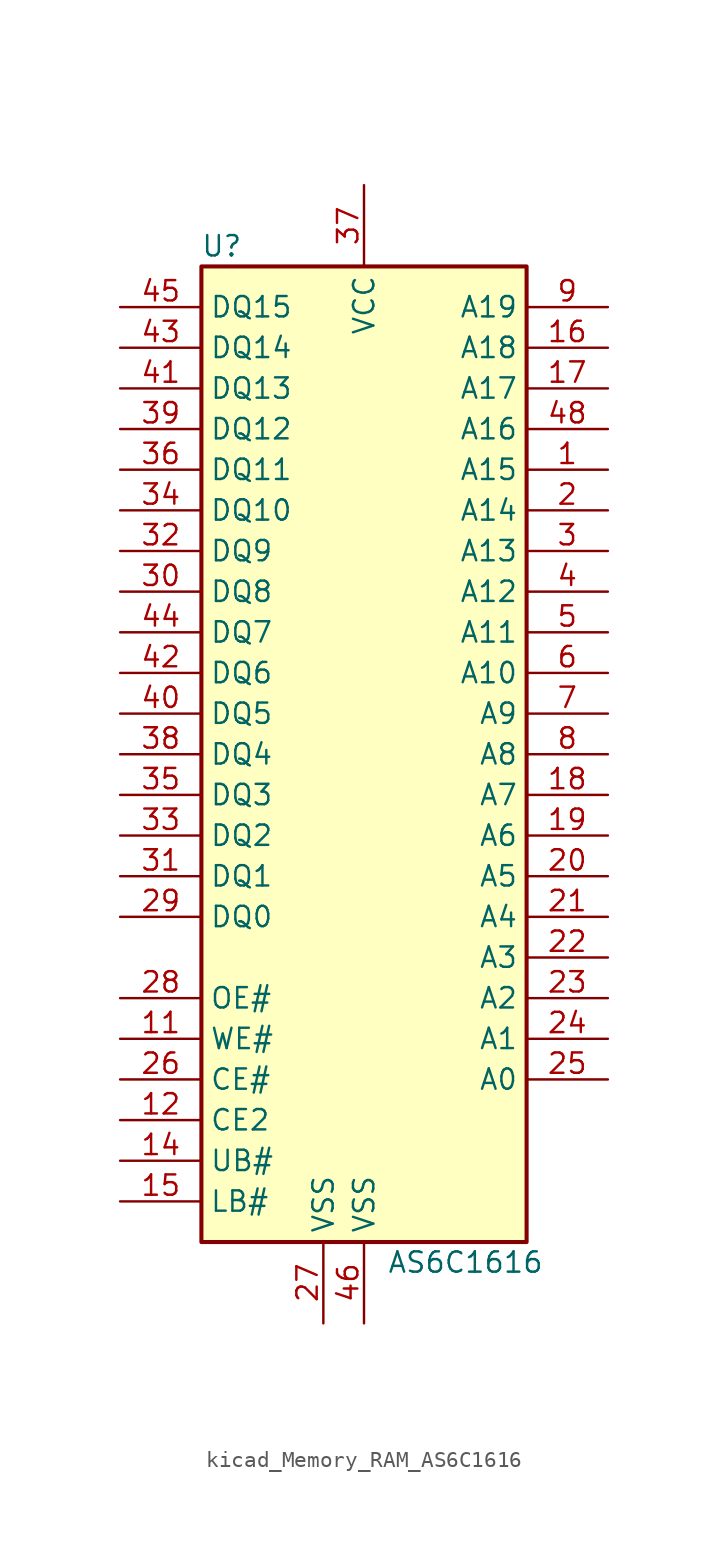
<source format=kicad_sym>
(kicad_symbol_lib
  (version 20220914)
  (generator kicad_symbol_editor)
  (symbol "kicad_Memory_RAM_AS6C1616"
    (property "Reference" "U"
      (at -8.89 31.75 0)
      (effects (font (size 1.27 1.27))))
    (property "Value" "AS6C1616"
      (at 6.35 -31.75 0)
      (effects (font (size 1.27 1.27))))
    (symbol "kicad_Memory_RAM_AS6C1616_0_1"
      (rectangle (start -10.16 30.48) (end 10.16 -30.48) (stroke (width 0.254) (type default)) (fill (type background))))
    (symbol "kicad_Memory_RAM_AS6C1616_1_1"
      (pin input line (at 15.24 17.78 180) (length 5.08) (name "A15" (effects (font (size 1.27 1.27)))) (number "1" (effects (font (size 1.27 1.27)))))
      (pin no_connect line (at 10.16 -22.86 180) (length 0) hide (name "NC" (effects (font (size 1.27 1.27)))) (number "10" (effects (font (size 1.27 1.27)))))
      (pin input line (at -15.24 -17.78 0) (length 5.08) (name "WE#" (effects (font (size 1.27 1.27)))) (number "11" (effects (font (size 1.27 1.27)))))
      (pin input line (at -15.24 -22.86 0) (length 5.08) (name "CE2" (effects (font (size 1.27 1.27)))) (number "12" (effects (font (size 1.27 1.27)))))
      (pin no_connect line (at 10.16 -25.4 180) (length 0) hide (name "NC" (effects (font (size 1.27 1.27)))) (number "13" (effects (font (size 1.27 1.27)))))
      (pin input line (at -15.24 -25.4 0) (length 5.08) (name "UB#" (effects (font (size 1.27 1.27)))) (number "14" (effects (font (size 1.27 1.27)))))
      (pin input line (at -15.24 -27.94 0) (length 5.08) (name "LB#" (effects (font (size 1.27 1.27)))) (number "15" (effects (font (size 1.27 1.27)))))
      (pin input line (at 15.24 25.4 180) (length 5.08) (name "A18" (effects (font (size 1.27 1.27)))) (number "16" (effects (font (size 1.27 1.27)))))
      (pin input line (at 15.24 22.86 180) (length 5.08) (name "A17" (effects (font (size 1.27 1.27)))) (number "17" (effects (font (size 1.27 1.27)))))
      (pin input line (at 15.24 -2.54 180) (length 5.08) (name "A7" (effects (font (size 1.27 1.27)))) (number "18" (effects (font (size 1.27 1.27)))))
      (pin input line (at 15.24 -5.08 180) (length 5.08) (name "A6" (effects (font (size 1.27 1.27)))) (number "19" (effects (font (size 1.27 1.27)))))
      (pin input line (at 15.24 15.24 180) (length 5.08) (name "A14" (effects (font (size 1.27 1.27)))) (number "2" (effects (font (size 1.27 1.27)))))
      (pin input line (at 15.24 -7.62 180) (length 5.08) (name "A5" (effects (font (size 1.27 1.27)))) (number "20" (effects (font (size 1.27 1.27)))))
      (pin input line (at 15.24 -10.16 180) (length 5.08) (name "A4" (effects (font (size 1.27 1.27)))) (number "21" (effects (font (size 1.27 1.27)))))
      (pin input line (at 15.24 -12.7 180) (length 5.08) (name "A3" (effects (font (size 1.27 1.27)))) (number "22" (effects (font (size 1.27 1.27)))))
      (pin input line (at 15.24 -15.24 180) (length 5.08) (name "A2" (effects (font (size 1.27 1.27)))) (number "23" (effects (font (size 1.27 1.27)))))
      (pin input line (at 15.24 -17.78 180) (length 5.08) (name "A1" (effects (font (size 1.27 1.27)))) (number "24" (effects (font (size 1.27 1.27)))))
      (pin input line (at 15.24 -20.32 180) (length 5.08) (name "A0" (effects (font (size 1.27 1.27)))) (number "25" (effects (font (size 1.27 1.27)))))
      (pin input line (at -15.24 -20.32 0) (length 5.08) (name "CE#" (effects (font (size 1.27 1.27)))) (number "26" (effects (font (size 1.27 1.27)))))
      (pin power_in line (at -2.54 -35.56 90) (length 5.08) (name "VSS" (effects (font (size 1.27 1.27)))) (number "27" (effects (font (size 1.27 1.27)))))
      (pin input line (at -15.24 -15.24 0) (length 5.08) (name "OE#" (effects (font (size 1.27 1.27)))) (number "28" (effects (font (size 1.27 1.27)))))
      (pin bidirectional line (at -15.24 -10.16 0) (length 5.08) (name "DQ0" (effects (font (size 1.27 1.27)))) (number "29" (effects (font (size 1.27 1.27)))))
      (pin input line (at 15.24 12.7 180) (length 5.08) (name "A13" (effects (font (size 1.27 1.27)))) (number "3" (effects (font (size 1.27 1.27)))))
      (pin bidirectional line (at -15.24 10.16 0) (length 5.08) (name "DQ8" (effects (font (size 1.27 1.27)))) (number "30" (effects (font (size 1.27 1.27)))))
      (pin bidirectional line (at -15.24 -7.62 0) (length 5.08) (name "DQ1" (effects (font (size 1.27 1.27)))) (number "31" (effects (font (size 1.27 1.27)))))
      (pin bidirectional line (at -15.24 12.7 0) (length 5.08) (name "DQ9" (effects (font (size 1.27 1.27)))) (number "32" (effects (font (size 1.27 1.27)))))
      (pin bidirectional line (at -15.24 -5.08 0) (length 5.08) (name "DQ2" (effects (font (size 1.27 1.27)))) (number "33" (effects (font (size 1.27 1.27)))))
      (pin bidirectional line (at -15.24 15.24 0) (length 5.08) (name "DQ10" (effects (font (size 1.27 1.27)))) (number "34" (effects (font (size 1.27 1.27)))))
      (pin bidirectional line (at -15.24 -2.54 0) (length 5.08) (name "DQ3" (effects (font (size 1.27 1.27)))) (number "35" (effects (font (size 1.27 1.27)))))
      (pin bidirectional line (at -15.24 17.78 0) (length 5.08) (name "DQ11" (effects (font (size 1.27 1.27)))) (number "36" (effects (font (size 1.27 1.27)))))
      (pin power_in line (at 0 35.56 270) (length 5.08) (name "VCC" (effects (font (size 1.27 1.27)))) (number "37" (effects (font (size 1.27 1.27)))))
      (pin bidirectional line (at -15.24 0 0) (length 5.08) (name "DQ4" (effects (font (size 1.27 1.27)))) (number "38" (effects (font (size 1.27 1.27)))))
      (pin bidirectional line (at -15.24 20.32 0) (length 5.08) (name "DQ12" (effects (font (size 1.27 1.27)))) (number "39" (effects (font (size 1.27 1.27)))))
      (pin input line (at 15.24 10.16 180) (length 5.08) (name "A12" (effects (font (size 1.27 1.27)))) (number "4" (effects (font (size 1.27 1.27)))))
      (pin bidirectional line (at -15.24 2.54 0) (length 5.08) (name "DQ5" (effects (font (size 1.27 1.27)))) (number "40" (effects (font (size 1.27 1.27)))))
      (pin bidirectional line (at -15.24 22.86 0) (length 5.08) (name "DQ13" (effects (font (size 1.27 1.27)))) (number "41" (effects (font (size 1.27 1.27)))))
      (pin bidirectional line (at -15.24 5.08 0) (length 5.08) (name "DQ6" (effects (font (size 1.27 1.27)))) (number "42" (effects (font (size 1.27 1.27)))))
      (pin bidirectional line (at -15.24 25.4 0) (length 5.08) (name "DQ14" (effects (font (size 1.27 1.27)))) (number "43" (effects (font (size 1.27 1.27)))))
      (pin bidirectional line (at -15.24 7.62 0) (length 5.08) (name "DQ7" (effects (font (size 1.27 1.27)))) (number "44" (effects (font (size 1.27 1.27)))))
      (pin input line (at -15.24 27.94 0) (length 5.08) (name "DQ15" (effects (font (size 1.27 1.27)))) (number "45" (effects (font (size 1.27 1.27)))))
      (pin power_in line (at 0 -35.56 90) (length 5.08) (name "VSS" (effects (font (size 1.27 1.27)))) (number "46" (effects (font (size 1.27 1.27)))))
      (pin no_connect line (at 10.16 -27.94 180) (length 0) hide (name "NC" (effects (font (size 1.27 1.27)))) (number "47" (effects (font (size 1.27 1.27)))))
      (pin input line (at 15.24 20.32 180) (length 5.08) (name "A16" (effects (font (size 1.27 1.27)))) (number "48" (effects (font (size 1.27 1.27)))))
      (pin input line (at 15.24 7.62 180) (length 5.08) (name "A11" (effects (font (size 1.27 1.27)))) (number "5" (effects (font (size 1.27 1.27)))))
      (pin input line (at 15.24 5.08 180) (length 5.08) (name "A10" (effects (font (size 1.27 1.27)))) (number "6" (effects (font (size 1.27 1.27)))))
      (pin input line (at 15.24 2.54 180) (length 5.08) (name "A9" (effects (font (size 1.27 1.27)))) (number "7" (effects (font (size 1.27 1.27)))))
      (pin input line (at 15.24 0 180) (length 5.08) (name "A8" (effects (font (size 1.27 1.27)))) (number "8" (effects (font (size 1.27 1.27)))))
      (pin input line (at 15.24 27.94 180) (length 5.08) (name "A19" (effects (font (size 1.27 1.27)))) (number "9" (effects (font (size 1.27 1.27))))))))
</source>
